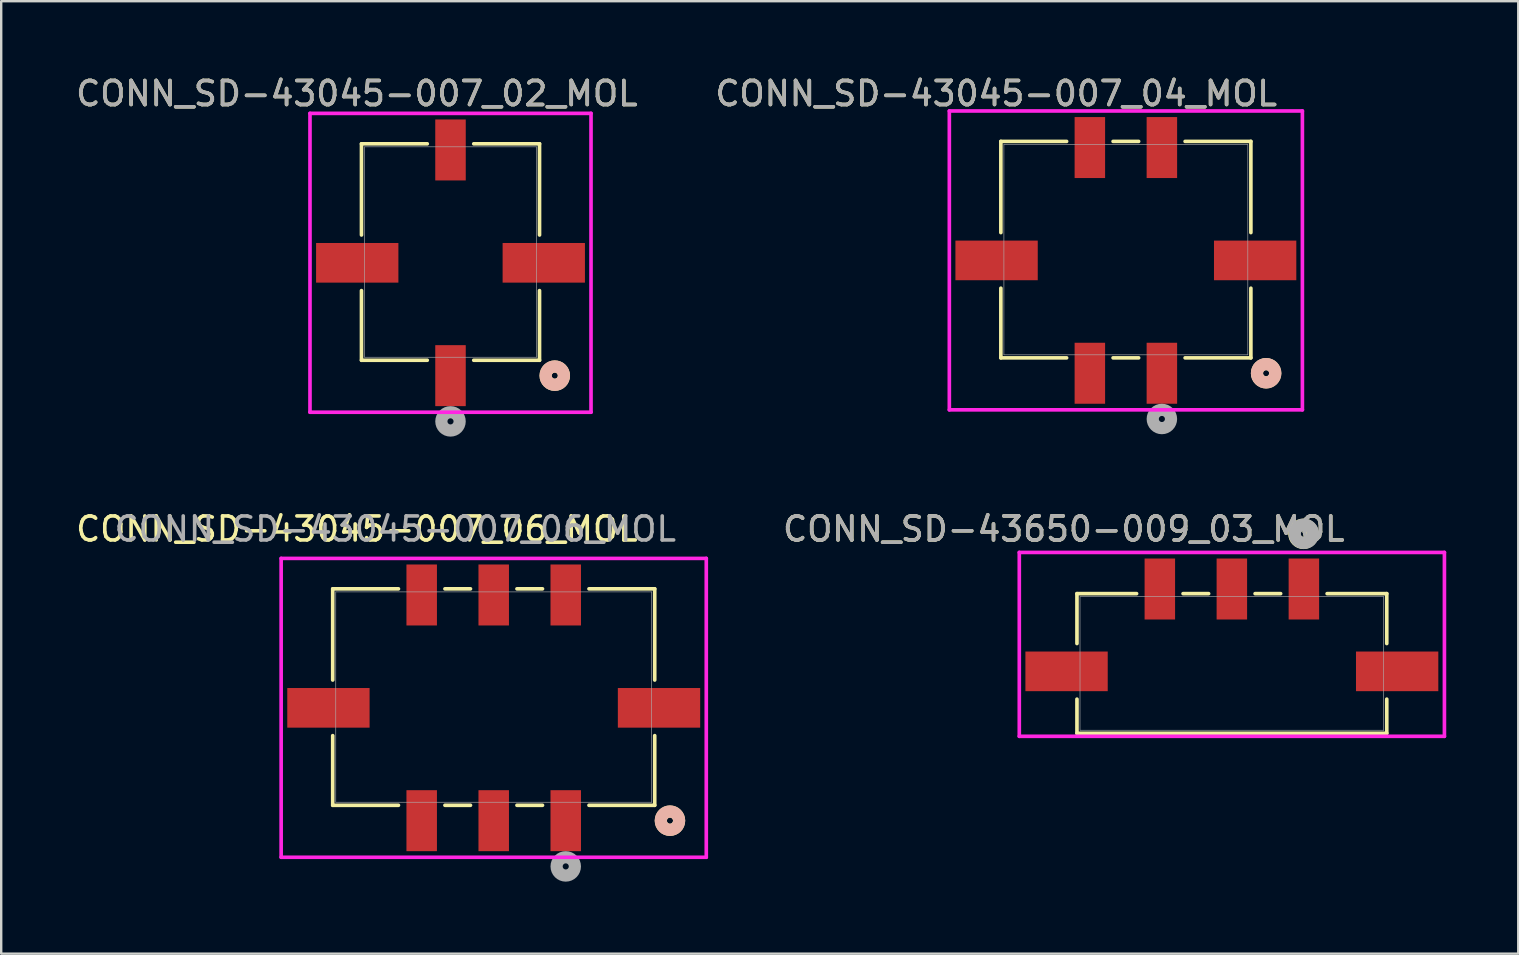
<source format=kicad_pcb>
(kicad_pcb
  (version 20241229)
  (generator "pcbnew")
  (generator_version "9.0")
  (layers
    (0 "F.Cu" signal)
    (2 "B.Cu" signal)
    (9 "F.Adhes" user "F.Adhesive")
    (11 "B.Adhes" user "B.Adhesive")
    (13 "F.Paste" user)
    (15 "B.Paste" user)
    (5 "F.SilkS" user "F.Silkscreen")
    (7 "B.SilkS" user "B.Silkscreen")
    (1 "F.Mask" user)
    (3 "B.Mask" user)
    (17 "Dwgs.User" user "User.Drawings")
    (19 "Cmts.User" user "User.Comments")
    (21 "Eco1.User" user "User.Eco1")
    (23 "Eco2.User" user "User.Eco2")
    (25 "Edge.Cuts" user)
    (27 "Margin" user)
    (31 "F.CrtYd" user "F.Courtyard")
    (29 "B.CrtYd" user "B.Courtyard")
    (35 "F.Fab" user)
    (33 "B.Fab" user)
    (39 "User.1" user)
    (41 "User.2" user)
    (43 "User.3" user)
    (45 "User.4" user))
  (footprint "CONN_SD-43650-009_03_MOL"
    (layer "F.Cu")
    (at 48.261 24.585)
    (property "Reference" "CONN_SD-43650-009_03_MOL" (at -7 -5.6 0) (unlocked yes) (layer "F.SilkS") (effects (font (size 1 1) (thickness 0.15))))
    (attr smd)
    (fp_line (start -6.452 -2.908) (end -6.452 -0.83) (stroke (width 0.152) (type solid)) (layer "F.SilkS"))
    (fp_line (start -6.452 1.487) (end -6.452 2.908) (stroke (width 0.152) (type solid)) (layer "F.SilkS"))
    (fp_line (start -6.452 2.908) (end 6.452 2.908) (stroke (width 0.152) (type solid)) (layer "F.SilkS"))
    (fp_line (start -3.968 -2.908) (end -6.452 -2.908) (stroke (width 0.152) (type solid)) (layer "F.SilkS"))
    (fp_line (start -0.968 -2.908) (end -2.032 -2.908) (stroke (width 0.152) (type solid)) (layer "F.SilkS"))
    (fp_line (start 2.032 -2.908) (end 0.968 -2.908) (stroke (width 0.152) (type solid)) (layer "F.SilkS"))
    (fp_line (start 6.452 -2.908) (end 3.968 -2.908) (stroke (width 0.152) (type solid)) (layer "F.SilkS"))
    (fp_line (start 6.452 -0.83) (end 6.452 -2.908) (stroke (width 0.152) (type solid)) (layer "F.SilkS"))
    (fp_line (start 6.452 2.908) (end 6.452 1.487) (stroke (width 0.152) (type solid)) (layer "F.SilkS"))
    (fp_circle (center 2.981 -5.4) (end 3.362 -5.4) (stroke (width 0.508) (type solid)) (fill no) (layer "F.SilkS"))
    (fp_line (start -8.854 -4.625) (end -8.854 3.035) (stroke (width 0.152) (type solid)) (layer "F.CrtYd"))
    (fp_line (start -8.854 3.035) (end 8.854 3.035) (stroke (width 0.152) (type solid)) (layer "F.CrtYd"))
    (fp_line (start 8.854 -4.625) (end -8.854 -4.625) (stroke (width 0.152) (type solid)) (layer "F.CrtYd"))
    (fp_line (start 8.854 3.035) (end 8.854 -4.625) (stroke (width 0.152) (type solid)) (layer "F.CrtYd"))
    (fp_line (start -6.325 -2.781) (end -6.325 2.781) (stroke (width 0.025) (type solid)) (layer "F.Fab"))
    (fp_line (start -6.325 2.781) (end 6.325 2.781) (stroke (width 0.025) (type solid)) (layer "F.Fab"))
    (fp_line (start 6.325 -2.781) (end -6.325 -2.781) (stroke (width 0.025) (type solid)) (layer "F.Fab"))
    (fp_line (start 6.325 2.781) (end 6.325 -2.781) (stroke (width 0.025) (type solid)) (layer "F.Fab"))
    (fp_circle (center 3 -5.4) (end 3.381 -5.4) (stroke (width 0.508) (type solid)) (fill no) (layer "F.Fab"))
    (fp_text user "${REFERENCE}" (at -7 -5.6 0) (unlocked yes) (layer "F.Fab") (effects (font (size 1 1) (thickness 0.15))))
    (pad "1" smd rect (at 3 -3.101) (size 1.27 2.54) (layers "F.Cu" "F.Mask" "F.Paste"))
    (pad "2" smd rect (at 0 -3.101) (size 1.27 2.54) (layers "F.Cu" "F.Mask" "F.Paste"))
    (pad "3" smd rect (at -3 -3.101) (size 1.27 2.54) (layers "F.Cu" "F.Mask" "F.Paste"))
    (pad "4" smd rect (at -6.885 0.329) (size 3.429 1.651) (layers "F.Cu" "F.Mask" "F.Paste"))
    (pad "5" smd rect (at 6.885 0.329) (size 3.429 1.651) (layers "F.Cu" "F.Mask" "F.Paste")))
  (footprint "CONN_SD-43045-007_04_MOL"
    (layer "F.Cu")
    (at 43.846 7.348)
    (property "Reference" "CONN_SD-43045-007_04_MOL" (at -5.4 -6.5 0) (unlocked yes) (layer "F.SilkS") (effects (font (size 1 1) (thickness 0.15))))
    (attr smd)
    (fp_line (start -5.207 -4.508) (end -5.207 -0.71) (stroke (width 0.152) (type solid)) (layer "F.SilkS"))
    (fp_line (start -5.207 1.607) (end -5.207 4.508) (stroke (width 0.152) (type solid)) (layer "F.SilkS"))
    (fp_line (start -5.207 4.508) (end -2.468 4.508) (stroke (width 0.152) (type solid)) (layer "F.SilkS"))
    (fp_line (start -2.468 -4.508) (end -5.207 -4.508) (stroke (width 0.152) (type solid)) (layer "F.SilkS"))
    (fp_line (start -0.532 4.508) (end 0.532 4.508) (stroke (width 0.152) (type solid)) (layer "F.SilkS"))
    (fp_line (start 0.532 -4.508) (end -0.532 -4.508) (stroke (width 0.152) (type solid)) (layer "F.SilkS"))
    (fp_line (start 2.468 4.508) (end 5.207 4.508) (stroke (width 0.152) (type solid)) (layer "F.SilkS"))
    (fp_line (start 5.207 -4.508) (end 2.468 -4.508) (stroke (width 0.152) (type solid)) (layer "F.SilkS"))
    (fp_line (start 5.207 -0.71) (end 5.207 -4.508) (stroke (width 0.152) (type solid)) (layer "F.SilkS"))
    (fp_line (start 5.207 4.508) (end 5.207 1.607) (stroke (width 0.152) (type solid)) (layer "F.SilkS"))
    (fp_circle (center 5.842 5.149) (end 6.223 5.149) (stroke (width 0.508) (type solid)) (fill no) (layer "F.SilkS"))
    (fp_circle (center 5.842 5.149) (end 6.223 5.149) (stroke (width 0.508) (type solid)) (fill no) (layer "B.SilkS"))
    (fp_line (start -7.353 -5.776) (end -7.353 6.673) (stroke (width 0.152) (type solid)) (layer "F.CrtYd"))
    (fp_line (start -7.353 6.673) (end 7.353 6.673) (stroke (width 0.152) (type solid)) (layer "F.CrtYd"))
    (fp_line (start 7.353 -5.776) (end -7.353 -5.776) (stroke (width 0.152) (type solid)) (layer "F.CrtYd"))
    (fp_line (start 7.353 6.673) (end 7.353 -5.776) (stroke (width 0.152) (type solid)) (layer "F.CrtYd"))
    (fp_line (start -5.08 -4.381) (end -5.08 4.381) (stroke (width 0.025) (type solid)) (layer "F.Fab"))
    (fp_line (start -5.08 4.381) (end 5.08 4.381) (stroke (width 0.025) (type solid)) (layer "F.Fab"))
    (fp_line (start 5.08 -4.381) (end -5.08 -4.381) (stroke (width 0.025) (type solid)) (layer "F.Fab"))
    (fp_line (start 5.08 4.381) (end 5.08 -4.381) (stroke (width 0.025) (type solid)) (layer "F.Fab"))
    (fp_circle (center 1.5 7.054) (end 1.881 7.054) (stroke (width 0.508) (type solid)) (fill no) (layer "F.Fab"))
    (fp_text user "${REFERENCE}" (at -5.4 -6.5 0) (unlocked yes) (layer "F.Fab") (effects (font (size 1 1) (thickness 0.15))))
    (pad "1" smd rect (at 1.5 5.149) (size 1.27 2.54) (layers "F.Cu" "F.Mask" "F.Paste"))
    (pad "2" smd rect (at -1.5 5.149) (size 1.27 2.54) (layers "F.Cu" "F.Mask" "F.Paste"))
    (pad "3" smd rect (at 1.5 -4.252) (size 1.27 2.54) (layers "F.Cu" "F.Mask" "F.Paste"))
    (pad "4" smd rect (at -1.5 -4.252) (size 1.27 2.54) (layers "F.Cu" "F.Mask" "F.Paste"))
    (pad "5" smd rect (at -5.385 0.449) (size 3.429 1.651) (layers "F.Cu" "F.Mask" "F.Paste"))
    (pad "6" smd rect (at 5.385 0.449) (size 3.429 1.651) (layers "F.Cu" "F.Mask" "F.Paste")))
  (footprint "CONN_SD-43045-007_06_MOL"
    (layer "F.Cu")
    (at 17.515 25.985)
    (property "Reference" "CONN_SD-43045-007_06_MOL" (at -5.7 -7 0) (unlocked yes) (layer "F.SilkS") (effects (font (size 1 1) (thickness 0.15))))
    (attr smd)
    (fp_line (start -6.706 -4.508) (end -6.706 -0.71) (stroke (width 0.152) (type solid)) (layer "F.SilkS"))
    (fp_line (start -6.706 1.607) (end -6.706 4.508) (stroke (width 0.152) (type solid)) (layer "F.SilkS"))
    (fp_line (start -6.706 4.508) (end -3.968 4.508) (stroke (width 0.152) (type solid)) (layer "F.SilkS"))
    (fp_line (start -3.968 -4.508) (end -6.706 -4.508) (stroke (width 0.152) (type solid)) (layer "F.SilkS"))
    (fp_line (start -2.032 4.508) (end -0.968 4.508) (stroke (width 0.152) (type solid)) (layer "F.SilkS"))
    (fp_line (start -0.968 -4.508) (end -2.032 -4.508) (stroke (width 0.152) (type solid)) (layer "F.SilkS"))
    (fp_line (start 0.968 4.508) (end 2.032 4.508) (stroke (width 0.152) (type solid)) (layer "F.SilkS"))
    (fp_line (start 2.032 -4.508) (end 0.968 -4.508) (stroke (width 0.152) (type solid)) (layer "F.SilkS"))
    (fp_line (start 3.968 4.508) (end 6.706 4.508) (stroke (width 0.152) (type solid)) (layer "F.SilkS"))
    (fp_line (start 6.706 -4.508) (end 3.968 -4.508) (stroke (width 0.152) (type solid)) (layer "F.SilkS"))
    (fp_line (start 6.706 -0.71) (end 6.706 -4.508) (stroke (width 0.152) (type solid)) (layer "F.SilkS"))
    (fp_line (start 6.706 4.508) (end 6.706 1.607) (stroke (width 0.152) (type solid)) (layer "F.SilkS"))
    (fp_circle (center 7.341 5.149) (end 7.722 5.149) (stroke (width 0.508) (type solid)) (fill no) (layer "F.SilkS"))
    (fp_circle (center 7.341 5.149) (end 7.722 5.149) (stroke (width 0.508) (type solid)) (fill no) (layer "B.SilkS"))
    (fp_line (start -8.854 -5.776) (end -8.854 6.673) (stroke (width 0.152) (type solid)) (layer "F.CrtYd"))
    (fp_line (start -8.854 6.673) (end 8.854 6.673) (stroke (width 0.152) (type solid)) (layer "F.CrtYd"))
    (fp_line (start 8.854 -5.776) (end -8.854 -5.776) (stroke (width 0.152) (type solid)) (layer "F.CrtYd"))
    (fp_line (start 8.854 6.673) (end 8.854 -5.776) (stroke (width 0.152) (type solid)) (layer "F.CrtYd"))
    (fp_line (start -6.579 -4.381) (end -6.579 4.381) (stroke (width 0.025) (type solid)) (layer "F.Fab"))
    (fp_line (start -6.579 4.381) (end 6.579 4.381) (stroke (width 0.025) (type solid)) (layer "F.Fab"))
    (fp_line (start 6.579 -4.381) (end -6.579 -4.381) (stroke (width 0.025) (type solid)) (layer "F.Fab"))
    (fp_line (start 6.579 4.381) (end 6.579 -4.381) (stroke (width 0.025) (type solid)) (layer "F.Fab"))
    (fp_circle (center 3 7.054) (end 3.381 7.054) (stroke (width 0.508) (type solid)) (fill no) (layer "F.Fab"))
    (fp_text user "${REFERENCE}" (at -4.1 -7 0) (unlocked yes) (layer "F.Fab") (effects (font (size 1 1) (thickness 0.15))))
    (pad "1" smd rect (at 3 5.149) (size 1.27 2.54) (layers "F.Cu" "F.Mask" "F.Paste"))
    (pad "2" smd rect (at 0 5.149) (size 1.27 2.54) (layers "F.Cu" "F.Mask" "F.Paste"))
    (pad "3" smd rect (at -3 5.149) (size 1.27 2.54) (layers "F.Cu" "F.Mask" "F.Paste"))
    (pad "4" smd rect (at 3 -4.252) (size 1.27 2.54) (layers "F.Cu" "F.Mask" "F.Paste"))
    (pad "5" smd rect (at 0 -4.252) (size 1.27 2.54) (layers "F.Cu" "F.Mask" "F.Paste"))
    (pad "6" smd rect (at -3 -4.252) (size 1.27 2.54) (layers "F.Cu" "F.Mask" "F.Paste"))
    (pad "7" smd rect (at -6.885 0.449) (size 3.429 1.651) (layers "F.Cu" "F.Mask" "F.Paste"))
    (pad "8" smd rect (at 6.885 0.449) (size 3.429 1.651) (layers "F.Cu" "F.Mask" "F.Paste")))
  (footprint "CONN_SD-43045-007_02_MOL"
    (layer "F.Cu")
    (at 15.715 7.448)
    (property "Reference" "CONN_SD-43045-007_02_MOL" (at -3.9 -6.6 0) (unlocked yes) (layer "F.SilkS") (effects (font (size 1 1) (thickness 0.15))))
    (attr smd)
    (fp_line (start -3.708 -4.508) (end -3.708 -0.71) (stroke (width 0.152) (type solid)) (layer "F.SilkS"))
    (fp_line (start -3.708 1.607) (end -3.708 4.508) (stroke (width 0.152) (type solid)) (layer "F.SilkS"))
    (fp_line (start -3.708 4.508) (end -0.968 4.508) (stroke (width 0.152) (type solid)) (layer "F.SilkS"))
    (fp_line (start -0.968 -4.508) (end -3.708 -4.508) (stroke (width 0.152) (type solid)) (layer "F.SilkS"))
    (fp_line (start 0.968 4.508) (end 3.708 4.508) (stroke (width 0.152) (type solid)) (layer "F.SilkS"))
    (fp_line (start 3.708 -4.508) (end 0.968 -4.508) (stroke (width 0.152) (type solid)) (layer "F.SilkS"))
    (fp_line (start 3.708 -0.71) (end 3.708 -4.508) (stroke (width 0.152) (type solid)) (layer "F.SilkS"))
    (fp_line (start 3.708 4.508) (end 3.708 1.607) (stroke (width 0.152) (type solid)) (layer "F.SilkS"))
    (fp_circle (center 4.343 5.149) (end 4.724 5.149) (stroke (width 0.508) (type solid)) (fill no) (layer "F.SilkS"))
    (fp_circle (center 4.343 5.149) (end 4.724 5.149) (stroke (width 0.508) (type solid)) (fill no) (layer "B.SilkS"))
    (fp_line (start -5.853 -5.776) (end -5.853 6.673) (stroke (width 0.152) (type solid)) (layer "F.CrtYd"))
    (fp_line (start -5.853 6.673) (end 5.853 6.673) (stroke (width 0.152) (type solid)) (layer "F.CrtYd"))
    (fp_line (start 5.853 -5.776) (end -5.853 -5.776) (stroke (width 0.152) (type solid)) (layer "F.CrtYd"))
    (fp_line (start 5.853 6.673) (end 5.853 -5.776) (stroke (width 0.152) (type solid)) (layer "F.CrtYd"))
    (fp_line (start -3.581 -4.381) (end -3.581 4.381) (stroke (width 0.025) (type solid)) (layer "F.Fab"))
    (fp_line (start -3.581 4.381) (end 3.581 4.381) (stroke (width 0.025) (type solid)) (layer "F.Fab"))
    (fp_line (start 3.581 -4.381) (end -3.581 -4.381) (stroke (width 0.025) (type solid)) (layer "F.Fab"))
    (fp_line (start 3.581 4.381) (end 3.581 -4.381) (stroke (width 0.025) (type solid)) (layer "F.Fab"))
    (fp_circle (center 0 7.054) (end 0.381 7.054) (stroke (width 0.508) (type solid)) (fill no) (layer "F.Fab"))
    (fp_text user "${REFERENCE}" (at -3.9 -6.6 0) (unlocked yes) (layer "F.Fab") (effects (font (size 1 1) (thickness 0.15))))
    (pad "1" smd rect (at 0 5.149) (size 1.27 2.54) (layers "F.Cu" "F.Mask" "F.Paste"))
    (pad "2" smd rect (at 0 -4.252) (size 1.27 2.54) (layers "F.Cu" "F.Mask" "F.Paste"))
    (pad "3" smd rect (at -3.885 0.449) (size 3.429 1.651) (layers "F.Cu" "F.Mask" "F.Paste"))
    (pad "4" smd rect (at 3.885 0.449) (size 3.429 1.651) (layers "F.Cu" "F.Mask" "F.Paste")))
  (gr_rect
    (start -3 -3)
    (end 60.19 36.674)
    (stroke (width 0.1) (type default))
    (fill no)
    (layer "Edge.Cuts")))
</source>
